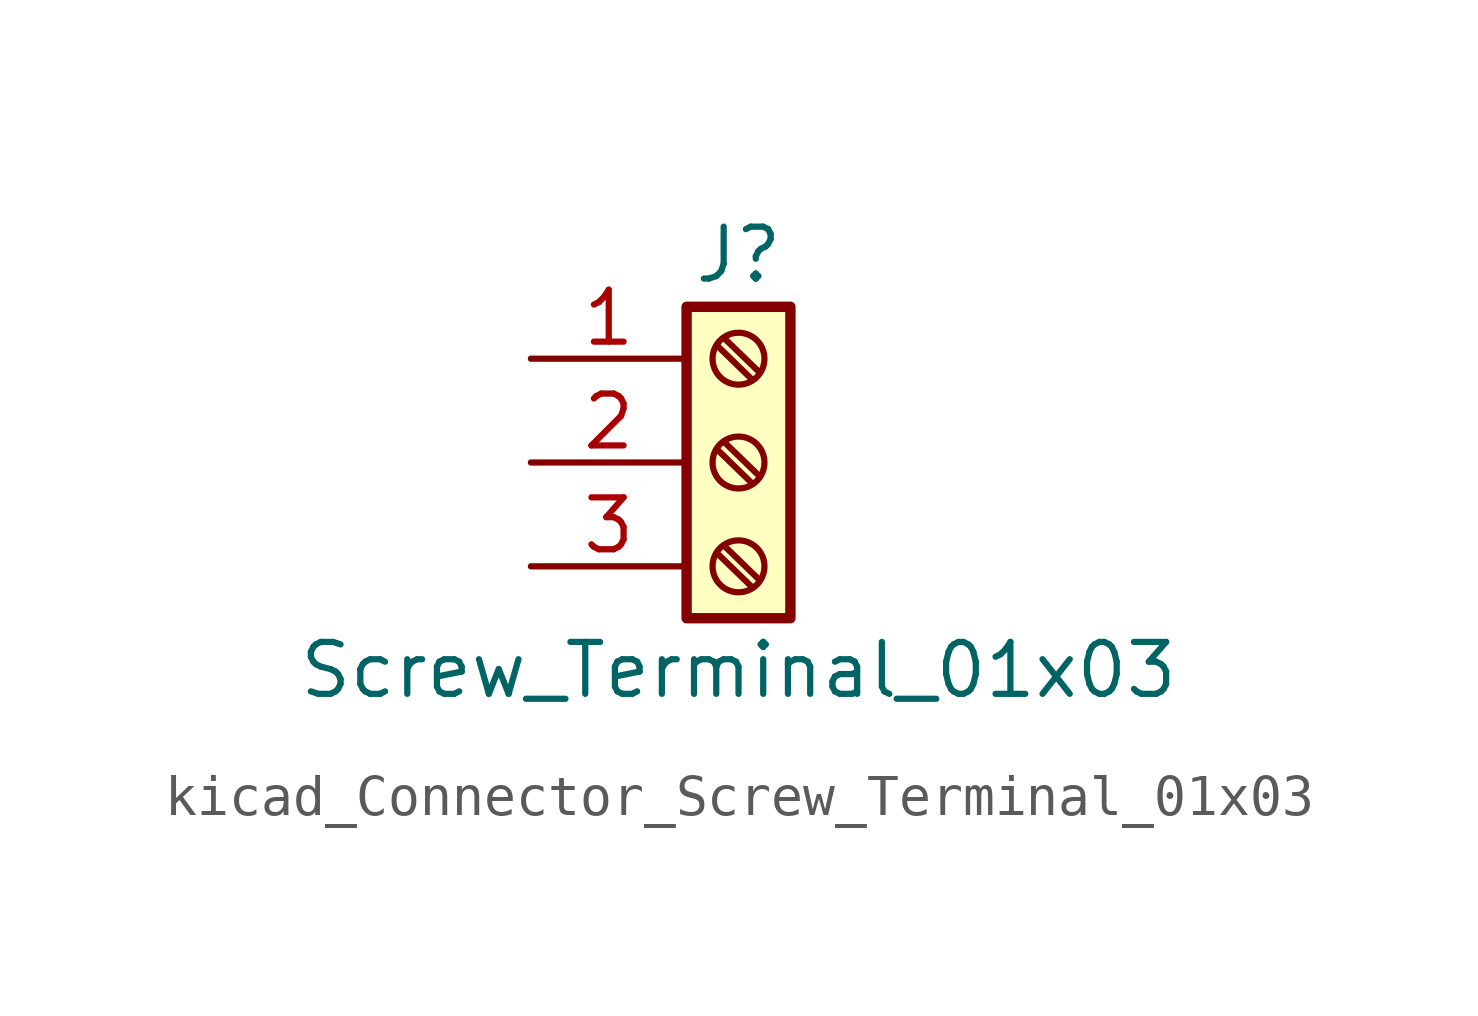
<source format=kicad_sym>
(kicad_symbol_lib
  (version 20220914)
  (generator kicad_symbol_editor)
  (symbol "kicad_Connector_Screw_Terminal_01x03"
    (pin_names
      (offset 1.016) hide)
    (property "Reference" "J"
      (at 0 5.08 0)
      (effects (font (size 1.27 1.27))))
    (property "Value" "Screw_Terminal_01x03"
      (at 0 -5.08 0)
      (effects (font (size 1.27 1.27))))
    (symbol "kicad_Connector_Screw_Terminal_01x03_1_1"
      (rectangle (start -1.27 3.81) (end 1.27 -3.81) (stroke (width 0.254) (type default)) (fill (type background)))
      (circle (center 0 -2.54) (radius 0.635) (stroke (width 0.152) (type default)) (fill (type none)))
      (polyline (pts (xy -0.533 -2.21) (xy 0.33 -3.048)) (stroke (width 0.152) (type default)) (fill (type none)))
      (polyline (pts (xy -0.533 0.33) (xy 0.33 -0.508)) (stroke (width 0.152) (type default)) (fill (type none)))
      (polyline (pts (xy -0.533 2.87) (xy 0.33 2.032)) (stroke (width 0.152) (type default)) (fill (type none)))
      (polyline (pts (xy -0.356 -2.032) (xy 0.508 -2.87)) (stroke (width 0.152) (type default)) (fill (type none)))
      (polyline (pts (xy -0.356 0.508) (xy 0.508 -0.33)) (stroke (width 0.152) (type default)) (fill (type none)))
      (polyline (pts (xy -0.356 3.048) (xy 0.508 2.21)) (stroke (width 0.152) (type default)) (fill (type none)))
      (circle (center 0 0) (radius 0.635) (stroke (width 0.152) (type default)) (fill (type none)))
      (circle (center 0 2.54) (radius 0.635) (stroke (width 0.152) (type default)) (fill (type none)))
      (pin passive line (at -5.08 2.54 0) (length 3.81) (name "Pin_1" (effects (font (size 1.27 1.27)))) (number "1" (effects (font (size 1.27 1.27)))))
      (pin passive line (at -5.08 0 0) (length 3.81) (name "Pin_2" (effects (font (size 1.27 1.27)))) (number "2" (effects (font (size 1.27 1.27)))))
      (pin passive line (at -5.08 -2.54 0) (length 3.81) (name "Pin_3" (effects (font (size 1.27 1.27)))) (number "3" (effects (font (size 1.27 1.27))))))))
</source>
